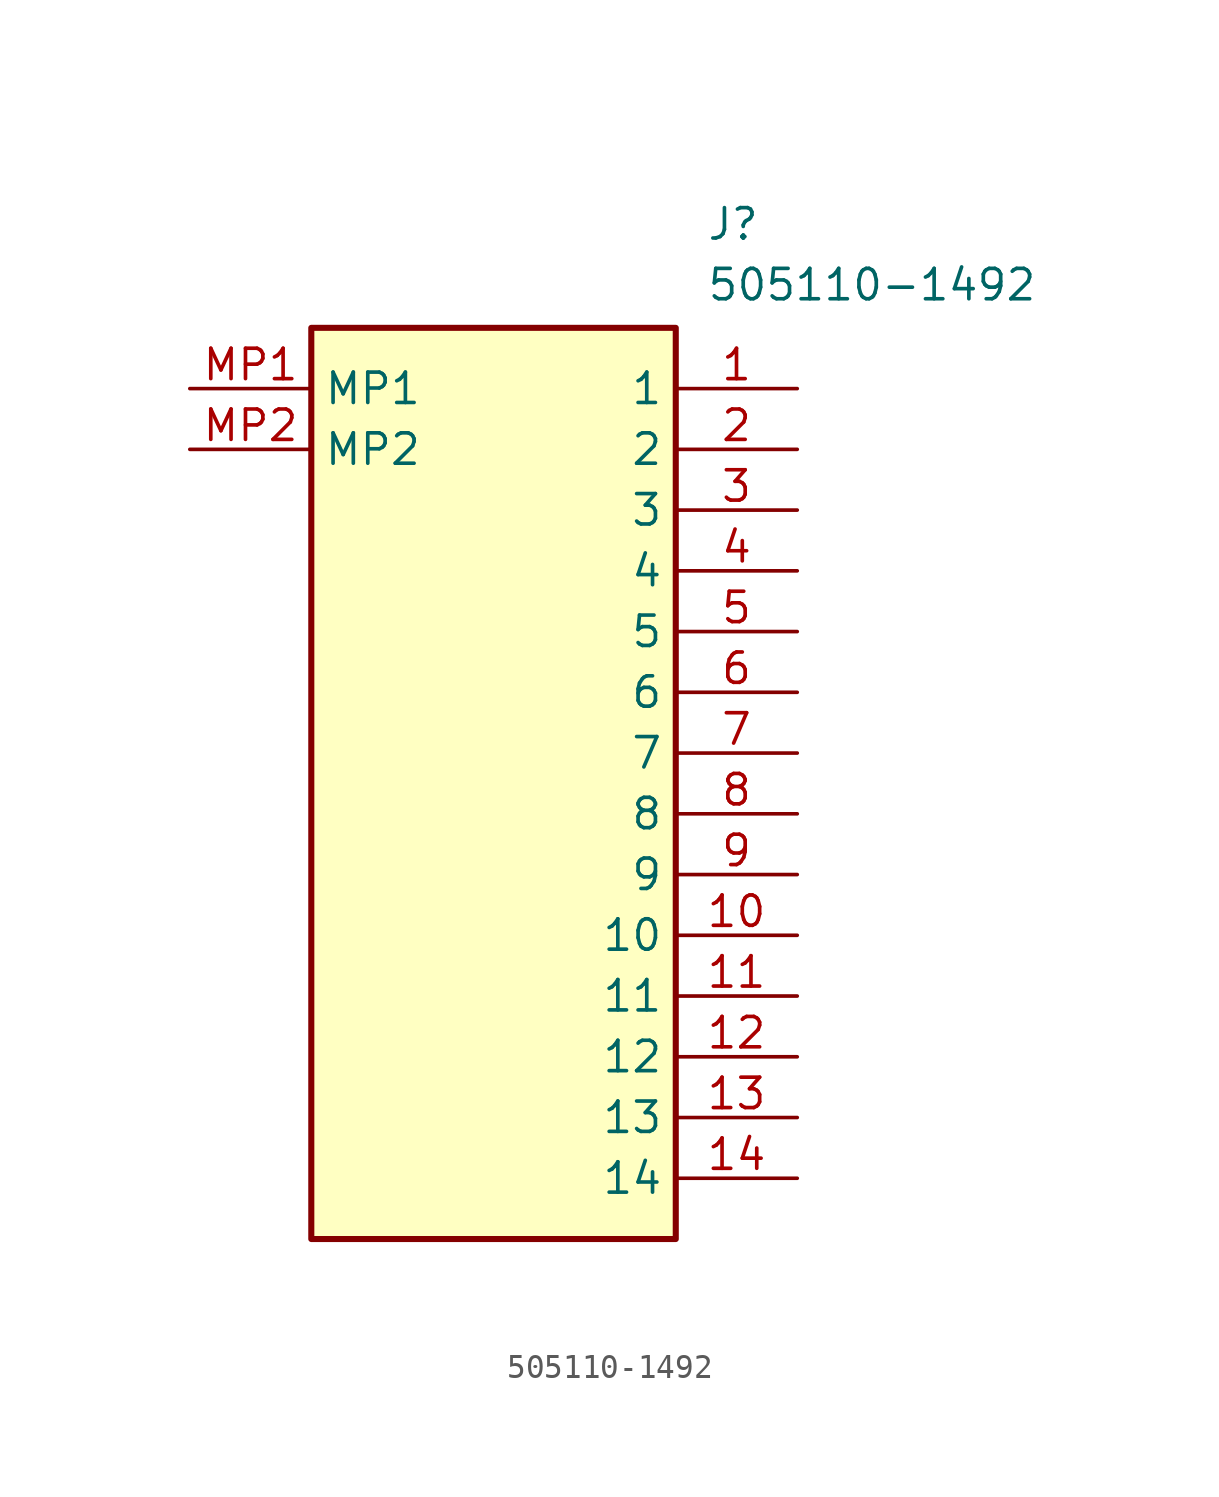
<source format=kicad_sym>
(kicad_symbol_lib
  (version 20211014)
  (generator SamacSys_ECAD_Model)
  (symbol "505110-1492"
    (property "Reference" "J"
      (at 21.59 7.62 0)
      (effects (font (size 1.27 1.27)) (justify left top)))
    (property "Value" "505110-1492"
      (at 21.59 5.08 0)
      (effects (font (size 1.27 1.27)) (justify left top)))
    (rectangle
      (start 5.08 2.54)
      (end 20.32 -35.56)
      (stroke (width 0.254) (type default))
      (fill (type background)))
    (pin passive line
      (at 25.4 0 180)
      (length 5.08)
      (name "1" (effects (font (size 1.27 1.27))))
      (number "1" (effects (font (size 1.27 1.27)))))
    (pin passive line
      (at 25.4 -2.54 180)
      (length 5.08)
      (name "2" (effects (font (size 1.27 1.27))))
      (number "2" (effects (font (size 1.27 1.27)))))
    (pin passive line
      (at 25.4 -5.08 180)
      (length 5.08)
      (name "3" (effects (font (size 1.27 1.27))))
      (number "3" (effects (font (size 1.27 1.27)))))
    (pin passive line
      (at 25.4 -7.62 180)
      (length 5.08)
      (name "4" (effects (font (size 1.27 1.27))))
      (number "4" (effects (font (size 1.27 1.27)))))
    (pin passive line
      (at 25.4 -10.16 180)
      (length 5.08)
      (name "5" (effects (font (size 1.27 1.27))))
      (number "5" (effects (font (size 1.27 1.27)))))
    (pin passive line
      (at 25.4 -12.7 180)
      (length 5.08)
      (name "6" (effects (font (size 1.27 1.27))))
      (number "6" (effects (font (size 1.27 1.27)))))
    (pin passive line
      (at 25.4 -15.24 180)
      (length 5.08)
      (name "7" (effects (font (size 1.27 1.27))))
      (number "7" (effects (font (size 1.27 1.27)))))
    (pin passive line
      (at 25.4 -17.78 180)
      (length 5.08)
      (name "8" (effects (font (size 1.27 1.27))))
      (number "8" (effects (font (size 1.27 1.27)))))
    (pin passive line
      (at 25.4 -20.32 180)
      (length 5.08)
      (name "9" (effects (font (size 1.27 1.27))))
      (number "9" (effects (font (size 1.27 1.27)))))
    (pin passive line
      (at 25.4 -22.86 180)
      (length 5.08)
      (name "10" (effects (font (size 1.27 1.27))))
      (number "10" (effects (font (size 1.27 1.27)))))
    (pin passive line
      (at 25.4 -25.4 180)
      (length 5.08)
      (name "11" (effects (font (size 1.27 1.27))))
      (number "11" (effects (font (size 1.27 1.27)))))
    (pin passive line
      (at 25.4 -27.94 180)
      (length 5.08)
      (name "12" (effects (font (size 1.27 1.27))))
      (number "12" (effects (font (size 1.27 1.27)))))
    (pin passive line
      (at 25.4 -30.48 180)
      (length 5.08)
      (name "13" (effects (font (size 1.27 1.27))))
      (number "13" (effects (font (size 1.27 1.27)))))
    (pin passive line
      (at 25.4 -33.02 180)
      (length 5.08)
      (name "14" (effects (font (size 1.27 1.27))))
      (number "14" (effects (font (size 1.27 1.27)))))
    (pin passive line
      (at 0 0 0)
      (length 5.08)
      (name "MP1" (effects (font (size 1.27 1.27))))
      (number "MP1" (effects (font (size 1.27 1.27)))))
    (pin passive line
      (at 0 -2.54 0)
      (length 5.08)
      (name "MP2" (effects (font (size 1.27 1.27))))
      (number "MP2" (effects (font (size 1.27 1.27)))))))
</source>
